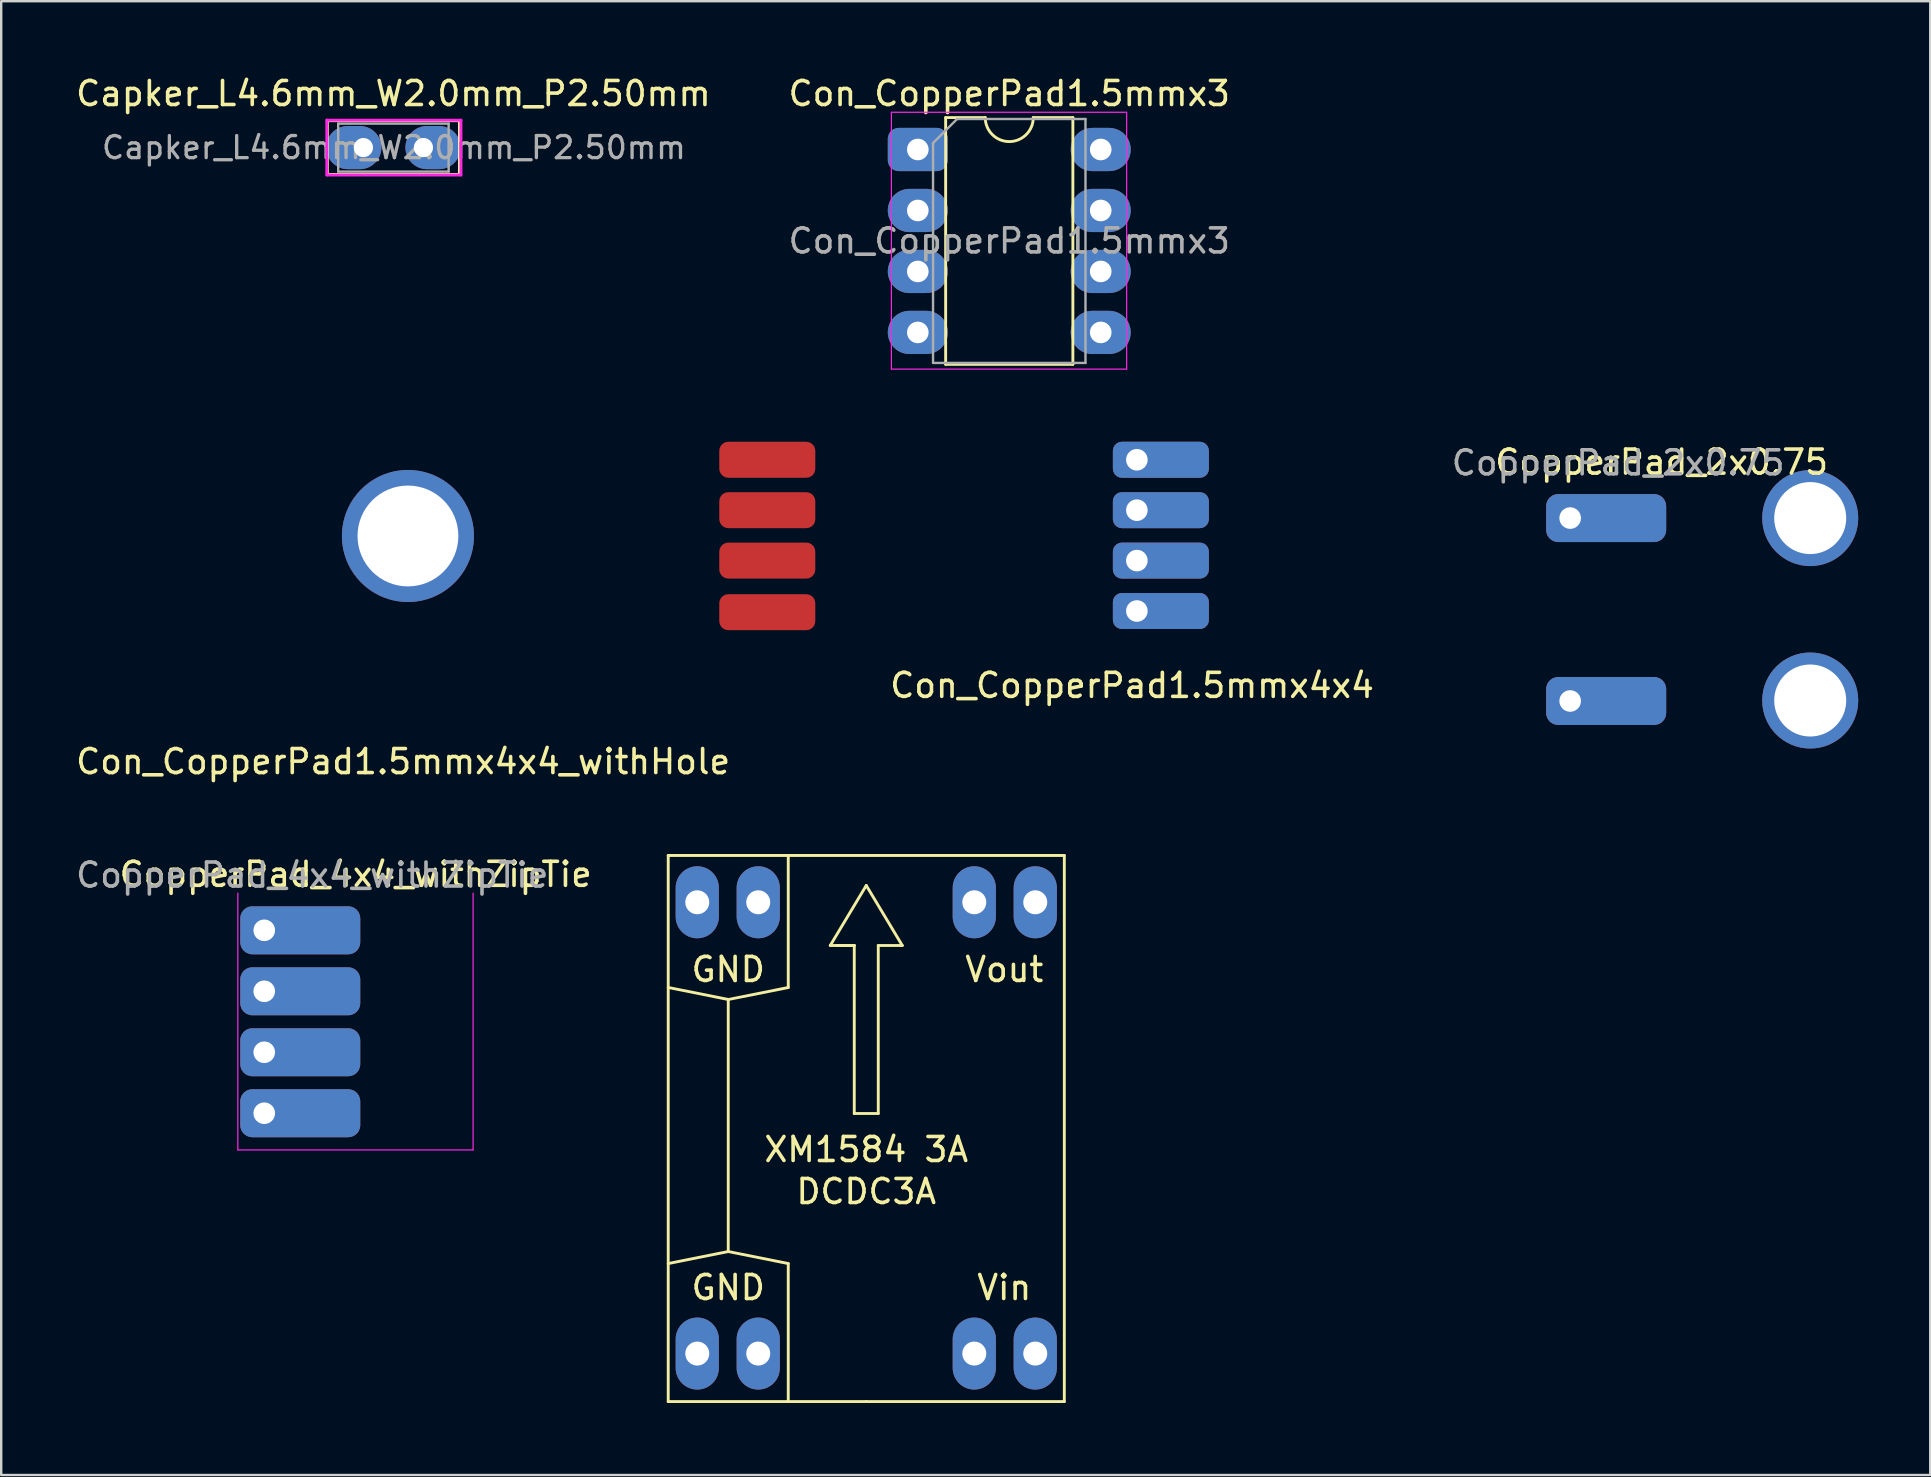
<source format=kicad_pcb>
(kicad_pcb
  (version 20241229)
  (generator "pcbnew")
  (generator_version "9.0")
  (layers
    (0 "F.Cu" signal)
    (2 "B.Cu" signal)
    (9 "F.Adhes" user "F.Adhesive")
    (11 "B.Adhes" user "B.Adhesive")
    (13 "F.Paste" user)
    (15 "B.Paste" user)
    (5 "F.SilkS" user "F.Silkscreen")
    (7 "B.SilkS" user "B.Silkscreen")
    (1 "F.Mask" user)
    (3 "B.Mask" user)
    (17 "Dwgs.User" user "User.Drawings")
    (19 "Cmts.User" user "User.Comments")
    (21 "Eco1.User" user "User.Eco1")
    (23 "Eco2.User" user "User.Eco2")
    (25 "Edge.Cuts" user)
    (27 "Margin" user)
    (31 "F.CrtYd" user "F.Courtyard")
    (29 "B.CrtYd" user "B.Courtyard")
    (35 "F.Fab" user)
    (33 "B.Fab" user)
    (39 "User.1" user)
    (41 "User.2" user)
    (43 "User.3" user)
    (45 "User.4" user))
  (footprint "CopperPad_2x0.75"
    (layer "F.Cu")
    (at 62.36 18.532)
    (property "Reference" "CopperPad_2x0.75" (at 3.81 -2.33 180) (layer "F.SilkS") (effects (font (size 1 1) (thickness 0.15))))
    (attr through_hole)
    (fp_text user "${REFERENCE}" (at 2 -2.3 180) (layer "F.Fab") (effects (font (size 1 1) (thickness 0.15))))
    (pad "" thru_hole circle (at 10 0) (size 4 4) (drill 3) (layers "*.Cu" "*.Mask"))
    (pad "" thru_hole circle (at 10 7.6) (size 4 4) (drill 3) (layers "*.Cu" "*.Mask"))
    (pad "1" thru_hole roundrect (at 0 0) (size 5 2) (drill 0.9 (offset 1.5 0)) (layers "*.Cu" "*.Mask") (roundrect_rratio 0.25))
    (pad "2" thru_hole roundrect (at 0 7.62) (size 5 2) (drill 0.9 (offset 1.5 0)) (layers "*.Cu" "*.Mask") (roundrect_rratio 0.25)))
  (footprint "DCDC3A"
    (layer "F.Cu")
    (at 33.037 53.337)
    (property "Reference" "DCDC3A" (at 0 -6.75 0) (layer "F.SilkS") (effects (font (size 1 1) (thickness 0.15))))
    (attr through_hole)
    (fp_line (start -8.25 -20.75) (end 8.25 -20.75) (stroke (width 0.12) (type solid)) (layer "F.SilkS"))
    (fp_line (start -8.25 -15.25) (end -5.75 -14.75) (stroke (width 0.12) (type solid)) (layer "F.SilkS"))
    (fp_line (start -8.25 2) (end -8.25 -20.75) (stroke (width 0.12) (type solid)) (layer "F.SilkS"))
    (fp_line (start -8.25 2) (end 0 2) (stroke (width 0.12) (type solid)) (layer "F.SilkS"))
    (fp_line (start -5.75 -14.75) (end -5.75 -4.25) (stroke (width 0.12) (type solid)) (layer "F.SilkS"))
    (fp_line (start -5.75 -14.75) (end -3.25 -15.25) (stroke (width 0.12) (type solid)) (layer "F.SilkS"))
    (fp_line (start -5.75 -4.25) (end -8.25 -3.75) (stroke (width 0.12) (type solid)) (layer "F.SilkS"))
    (fp_line (start -3.25 -15.25) (end -3.25 -20.75) (stroke (width 0.12) (type solid)) (layer "F.SilkS"))
    (fp_line (start -3.25 -3.75) (end -5.75 -4.25) (stroke (width 0.12) (type solid)) (layer "F.SilkS"))
    (fp_line (start -3.25 -3.75) (end -3.25 2) (stroke (width 0.12) (type solid)) (layer "F.SilkS"))
    (fp_line (start -1.5 -17) (end 0 -19.5) (stroke (width 0.12) (type solid)) (layer "F.SilkS"))
    (fp_line (start -1.25 -17) (end -0.5 -17) (stroke (width 0.12) (type solid)) (layer "F.SilkS"))
    (fp_line (start -0.5 -17) (end -1.5 -17) (stroke (width 0.12) (type solid)) (layer "F.SilkS"))
    (fp_line (start -0.5 -17) (end -0.5 -10) (stroke (width 0.12) (type solid)) (layer "F.SilkS"))
    (fp_line (start -0.5 -10) (end 0.5 -10) (stroke (width 0.12) (type solid)) (layer "F.SilkS"))
    (fp_line (start 0 2) (end 8.25 2) (stroke (width 0.12) (type solid)) (layer "F.SilkS"))
    (fp_line (start 0.5 -17) (end 1.5 -17) (stroke (width 0.12) (type solid)) (layer "F.SilkS"))
    (fp_line (start 0.5 -10) (end 0.5 -17) (stroke (width 0.12) (type solid)) (layer "F.SilkS"))
    (fp_line (start 1.5 -17) (end 0 -19.5) (stroke (width 0.12) (type solid)) (layer "F.SilkS"))
    (fp_line (start 8.25 2) (end 8.25 -20.75) (stroke (width 0.12) (type solid)) (layer "F.SilkS"))
    (fp_text user "Vout" (at 5.75 -16 0) (layer "F.SilkS") (effects (font (size 1 1) (thickness 0.15))))
    (fp_text user "Vin" (at 5.75 -2.75 0) (layer "F.SilkS") (effects (font (size 1 1) (thickness 0.15))))
    (fp_text user "GND" (at -5.75 -16 0) (layer "F.SilkS") (effects (font (size 1 1) (thickness 0.15))))
    (fp_text user "XM1584 3A" (at 0 -8.5 0) (layer "F.SilkS") (effects (font (size 1 1) (thickness 0.15))))
    (fp_text user "GND" (at -5.75 -2.75 0) (layer "F.SilkS") (effects (font (size 1 1) (thickness 0.15))))
    (pad "1" thru_hole oval (at -7.04 0 180) (size 1.8 3) (drill 1) (layers "*.Cu" "*.Mask"))
    (pad "1" thru_hole oval (at -4.5 0 180) (size 1.8 3) (drill 1) (layers "*.Cu" "*.Mask"))
    (pad "2" thru_hole oval (at 4.5 0) (size 1.8 3) (drill 1) (layers "*.Cu" "*.Mask"))
    (pad "2" thru_hole oval (at 7.04 0) (size 1.8 3) (drill 1) (layers "*.Cu" "*.Mask"))
    (pad "3" thru_hole oval (at -7.04 -18.8 180) (size 1.8 3) (drill 1) (layers "*.Cu" "*.Mask"))
    (pad "3" thru_hole oval (at -4.5 -18.8 180) (size 1.8 3) (drill 1) (layers "*.Cu" "*.Mask"))
    (pad "4" thru_hole oval (at 4.5 -18.8) (size 1.8 3) (drill 1) (layers "*.Cu" "*.Mask"))
    (pad "4" thru_hole oval (at 7.04 -18.8) (size 1.8 3) (drill 1) (layers "*.Cu" "*.Mask")))
  (footprint "Con_CopperPad1.5mmx3"
    (layer "F.Cu")
    (at 35.184 3.178)
    (property "Reference" "Con_CopperPad1.5mmx3" (at 3.81 -2.33 0) (layer "F.SilkS") (effects (font (size 1 1) (thickness 0.15))))
    (attr through_hole)
    (fp_line (start 1.16 -1.33) (end 1.16 8.95) (stroke (width 0.12) (type solid)) (layer "F.SilkS"))
    (fp_line (start 1.16 8.95) (end 6.46 8.95) (stroke (width 0.12) (type solid)) (layer "F.SilkS"))
    (fp_line (start 2.81 -1.33) (end 1.16 -1.33) (stroke (width 0.12) (type solid)) (layer "F.SilkS"))
    (fp_line (start 6.46 -1.33) (end 4.81 -1.33) (stroke (width 0.12) (type solid)) (layer "F.SilkS"))
    (fp_line (start 6.46 8.95) (end 6.46 -1.33) (stroke (width 0.12) (type solid)) (layer "F.SilkS"))
    (fp_arc (start 4.81 -1.33) (mid 3.81 -0.33) (end 2.81 -1.33) (stroke (width 0.12) (type solid)) (layer "F.SilkS"))
    (fp_line (start -1.1 -1.55) (end -1.1 9.15) (stroke (width 0.05) (type solid)) (layer "F.CrtYd"))
    (fp_line (start -1.1 9.15) (end 8.7 9.15) (stroke (width 0.05) (type solid)) (layer "F.CrtYd"))
    (fp_line (start 8.7 -1.55) (end -1.1 -1.55) (stroke (width 0.05) (type solid)) (layer "F.CrtYd"))
    (fp_line (start 8.7 9.15) (end 8.7 -1.55) (stroke (width 0.05) (type solid)) (layer "F.CrtYd"))
    (fp_line (start 0.635 -0.27) (end 1.635 -1.27) (stroke (width 0.1) (type solid)) (layer "F.Fab"))
    (fp_line (start 0.635 8.89) (end 0.635 -0.27) (stroke (width 0.1) (type solid)) (layer "F.Fab"))
    (fp_line (start 1.635 -1.27) (end 6.985 -1.27) (stroke (width 0.1) (type solid)) (layer "F.Fab"))
    (fp_line (start 6.985 -1.27) (end 6.985 8.89) (stroke (width 0.1) (type solid)) (layer "F.Fab"))
    (fp_line (start 6.985 8.89) (end 0.635 8.89) (stroke (width 0.1) (type solid)) (layer "F.Fab"))
    (fp_text user "${REFERENCE}" (at 3.81 3.81 0) (layer "F.Fab") (effects (font (size 1 1) (thickness 0.15))))
    (pad "1" thru_hole roundrect (at 0 0) (size 2.5 1.8) (drill 0.9) (layers "*.Cu" "*.Mask") (roundrect_rratio 0.25))
    (pad "2" thru_hole oval (at 0 2.54) (size 2.5 1.8) (drill 0.9) (layers "*.Cu" "*.Mask"))
    (pad "3" thru_hole oval (at 0 5.08) (size 2.5 1.8) (drill 0.9) (layers "*.Cu" "*.Mask"))
    (pad "4" thru_hole oval (at 0 7.62) (size 2.5 1.8) (drill 0.9) (layers "*.Cu" "*.Mask"))
    (pad "5" thru_hole oval (at 7.62 7.62) (size 2.5 1.8) (drill 0.9) (layers "*.Cu" "*.Mask"))
    (pad "6" thru_hole oval (at 7.62 5.08) (size 2.5 1.8) (drill 0.9) (layers "*.Cu" "*.Mask"))
    (pad "7" thru_hole oval (at 7.62 2.54) (size 2.5 1.8) (drill 0.9) (layers "*.Cu" "*.Mask"))
    (pad "8" thru_hole oval (at 7.62 0) (size 2.5 1.8) (drill 0.9) (layers "*.Cu" "*.Mask")))
  (footprint "CopperPad_4x4_withZipTie"
    (layer "F.Cu")
    (at 7.958 35.705)
    (property "Reference" "CopperPad_4x4_withZipTie" (at 3.81 -2.33 0) (layer "F.SilkS") (effects (font (size 1 1) (thickness 0.15))))
    (attr through_hole)
    (fp_line (start -1.1 -1.55) (end -1.1 9.15) (stroke (width 0.05) (type solid)) (layer "F.CrtYd"))
    (fp_line (start -1.1 9.15) (end 8.7 9.15) (stroke (width 0.05) (type solid)) (layer "F.CrtYd"))
    (fp_line (start 8.7 9.15) (end 8.7 -1.55) (stroke (width 0.05) (type solid)) (layer "F.CrtYd"))
    (fp_text user "${REFERENCE}" (at 2 -2.3 0) (layer "F.Fab") (effects (font (size 1 1) (thickness 0.15))))
    (pad "1" thru_hole roundrect (at 0 0) (size 5 2) (drill 0.9 (offset 1.5 0)) (layers "*.Cu" "*.Mask") (roundrect_rratio 0.25))
    (pad "2" thru_hole roundrect (at 0 2.54) (size 5 2) (drill 0.9 (offset 1.5 0)) (layers "*.Cu" "*.Mask") (roundrect_rratio 0.25))
    (pad "3" thru_hole roundrect (at 0 5.08) (size 5 2) (drill 0.9 (offset 1.5 0)) (layers "*.Cu" "*.Mask") (roundrect_rratio 0.25))
    (pad "4" thru_hole roundrect (at 0 7.62) (size 5 2) (drill 0.9 (offset 1.5 0)) (layers "*.Cu" "*.Mask") (roundrect_rratio 0.25)))
  (footprint "Capker_L4.6mm_W2.0mm_P2.50mm"
    (layer "F.Cu")
    (at 12.089 3.098)
    (property "Reference" "Capker_L4.6mm_W2.0mm_P2.50mm" (at 1.25 -2.25 0) (layer "F.SilkS") (effects (font (size 1 1) (thickness 0.15))))
    (attr through_hole)
    (fp_line (start -1.5 -1.12) (end -1.5 1.12) (stroke (width 0.12) (type solid)) (layer "F.SilkS"))
    (fp_line (start -1.5 -1.12) (end 4 -1.12) (stroke (width 0.12) (type solid)) (layer "F.SilkS"))
    (fp_line (start -1.5 1.12) (end 4 1.12) (stroke (width 0.12) (type solid)) (layer "F.SilkS"))
    (fp_line (start 4 -1.12) (end 4 1.12) (stroke (width 0.12) (type solid)) (layer "F.SilkS"))
    (fp_line (start -1.524 -1.143) (end 4.064 -1.143) (stroke (width 0.12) (type solid)) (layer "F.CrtYd"))
    (fp_line (start -1.524 1.143) (end -1.524 -1.143) (stroke (width 0.12) (type solid)) (layer "F.CrtYd"))
    (fp_line (start 4.064 -1.143) (end 4.064 1.143) (stroke (width 0.12) (type solid)) (layer "F.CrtYd"))
    (fp_line (start 4.064 1.143) (end -1.524 1.143) (stroke (width 0.12) (type solid)) (layer "F.CrtYd"))
    (fp_line (start -1.05 -1) (end -1.05 1) (stroke (width 0.1) (type solid)) (layer "F.Fab"))
    (fp_line (start -1.05 1) (end 3.55 1) (stroke (width 0.1) (type solid)) (layer "F.Fab"))
    (fp_line (start 3.55 -1) (end -1.05 -1) (stroke (width 0.1) (type solid)) (layer "F.Fab"))
    (fp_line (start 3.55 1) (end 3.55 -1) (stroke (width 0.1) (type solid)) (layer "F.Fab"))
    (fp_text user "${REFERENCE}" (at 1.27 0 0) (layer "F.Fab") (effects (font (size 0.92 0.92) (thickness 0.138))))
    (pad "1" thru_hole oval (at 0 0) (size 2.3 1.8) (drill 0.8 (offset -0.4 0)) (layers "*.Cu" "*.Mask"))
    (pad "2" thru_hole oval (at 2.5 0) (size 2.3 1.8) (drill 0.8 (offset 0.4 0)) (layers "*.Cu" "*.Mask")))
  (footprint "Con_CopperPad1.5mmx4x4_withHole"
    (layer "F.Cu")
    (at 13.944 19.278)
    (property "Reference" "Con_CopperPad1.5mmx4x4_withHole" (at -0.2 9.4 0) (layer "F.SilkS") (effects (font (size 1 1) (thickness 0.15))))
    (attr through_hole)
    (pad "" thru_hole circle (at 0 0) (size 5.5 5.5) (drill 4.2) (layers "*.Cu" "*.Mask"))
    (pad "1" smd roundrect (at 13.97 -3.175) (size 4 1.5) (drill (offset 1 0)) (layers "F.Cu" "F.Mask" "F.Paste") (roundrect_rratio 0.25))
    (pad "2" smd roundrect (at 13.97 -1.075) (size 4 1.5) (drill (offset 1 0)) (layers "F.Cu" "F.Mask" "F.Paste") (roundrect_rratio 0.25))
    (pad "3" smd roundrect (at 13.97 1.025) (size 4 1.5) (drill (offset 1 0)) (layers "F.Cu" "F.Mask" "F.Paste") (roundrect_rratio 0.25))
    (pad "4" smd roundrect (at 13.97 3.175) (size 4 1.5) (drill (offset 1 0)) (layers "F.Cu" "F.Mask" "F.Paste") (roundrect_rratio 0.25)))
  (footprint "Con_CopperPad1.5mmx4x4"
    (layer "F.Cu")
    (at 44.31 16.103)
    (property "Reference" "Con_CopperPad1.5mmx4x4" (at -0.2 9.4 0) (layer "F.SilkS") (effects (font (size 1 1) (thickness 0.15))))
    (attr through_hole)
    (pad "1" thru_hole roundrect (at 0 0) (size 4 1.5) (drill 0.9 (offset 1 0)) (layers "*.Cu" "*.Mask") (roundrect_rratio 0.25))
    (pad "2" thru_hole roundrect (at 0 2.1) (size 4 1.5) (drill 0.9 (offset 1 0)) (layers "*.Cu" "*.Mask") (roundrect_rratio 0.25))
    (pad "3" thru_hole roundrect (at 0 4.2) (size 4 1.5) (drill 0.9 (offset 1 0)) (layers "*.Cu" "*.Mask") (roundrect_rratio 0.25))
    (pad "4" thru_hole roundrect (at 0 6.3) (size 4 1.5) (drill 0.9 (offset 1 0)) (layers "*.Cu" "*.Mask") (roundrect_rratio 0.25)))
  (gr_rect
    (start -3 -3)
    (end 77.36 58.397)
    (stroke (width 0.1) (type default))
    (fill no)
    (layer "Edge.Cuts")))
</source>
